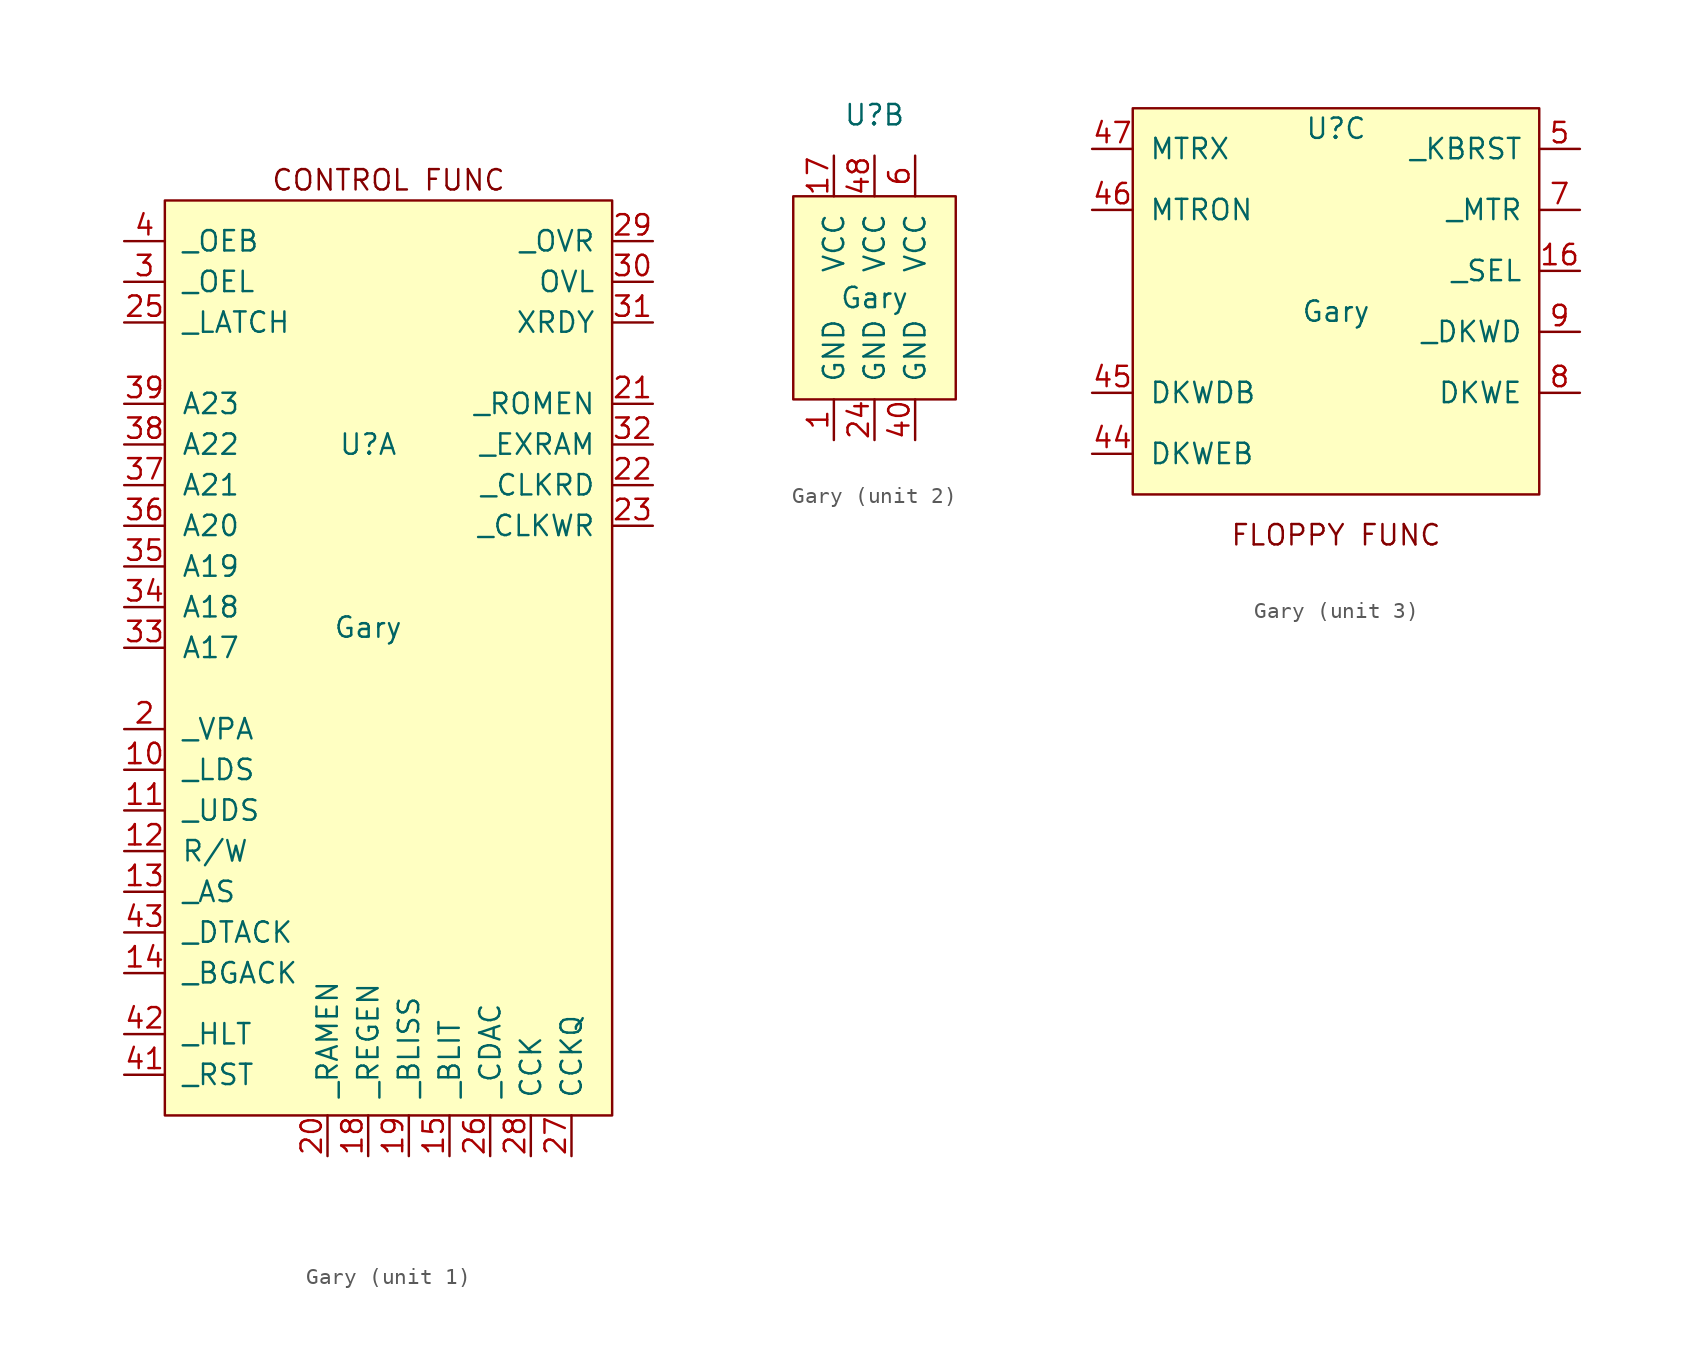
<source format=kicad_sym>
(kicad_symbol_lib
  (version 20220914)
  (generator kicad_symbol_editor)
  (symbol "Gary"
    (pin_names
      (offset 1.016))
    (property "Reference" "U"
      (at 0 11.43 0)
      (effects (font (size 1.27 1.27))))
    (property "Value" "Gary"
      (at 0 0 0)
      (effects (font (size 1.27 1.27))))
    (symbol "Gary_1_0"
      (text "CONTROL FUNC" (at 1.27 27.94 0) (effects (font (size 1.27 1.27)))))
    (symbol "Gary_1_1"
      (rectangle (start -12.7 26.67) (end 15.24 -30.48) (stroke (width 0) (type solid)) (fill (type background)))
      (pin input line (at -15.24 -8.89 0) (length 2.54) (name "_LDS" (effects (font (size 1.27 1.27)))) (number "10" (effects (font (size 1.27 1.27)))))
      (pin input line (at -15.24 -11.43 0) (length 2.54) (name "_UDS" (effects (font (size 1.27 1.27)))) (number "11" (effects (font (size 1.27 1.27)))))
      (pin input line (at -15.24 -13.97 0) (length 2.54) (name "R/W" (effects (font (size 1.27 1.27)))) (number "12" (effects (font (size 1.27 1.27)))))
      (pin input line (at -15.24 -16.51 0) (length 2.54) (name "_AS" (effects (font (size 1.27 1.27)))) (number "13" (effects (font (size 1.27 1.27)))))
      (pin input line (at -15.24 -21.59 0) (length 2.54) (name "_BGACK" (effects (font (size 1.27 1.27)))) (number "14" (effects (font (size 1.27 1.27)))))
      (pin input line (at 5.08 -33.02 90) (length 2.54) (name "_BLIT" (effects (font (size 1.27 1.27)))) (number "15" (effects (font (size 1.27 1.27)))))
      (pin input line (at 0 -33.02 90) (length 2.54) (name "_REGEN" (effects (font (size 1.27 1.27)))) (number "18" (effects (font (size 1.27 1.27)))))
      (pin input line (at 2.54 -33.02 90) (length 2.54) (name "_BLISS" (effects (font (size 1.27 1.27)))) (number "19" (effects (font (size 1.27 1.27)))))
      (pin output line (at -15.24 -6.35 0) (length 2.54) (name "_VPA" (effects (font (size 1.27 1.27)))) (number "2" (effects (font (size 1.27 1.27)))))
      (pin input line (at -2.54 -33.02 90) (length 2.54) (name "_RAMEN" (effects (font (size 1.27 1.27)))) (number "20" (effects (font (size 1.27 1.27)))))
      (pin output line (at 17.78 13.97 180) (length 2.54) (name "_ROMEN" (effects (font (size 1.27 1.27)))) (number "21" (effects (font (size 1.27 1.27)))))
      (pin output line (at 17.78 8.89 180) (length 2.54) (name "_CLKRD" (effects (font (size 1.27 1.27)))) (number "22" (effects (font (size 1.27 1.27)))))
      (pin output line (at 17.78 6.35 180) (length 2.54) (name "_CLKWR" (effects (font (size 1.27 1.27)))) (number "23" (effects (font (size 1.27 1.27)))))
      (pin output line (at -15.24 19.05 0) (length 2.54) (name "_LATCH" (effects (font (size 1.27 1.27)))) (number "25" (effects (font (size 1.27 1.27)))))
      (pin input line (at 7.62 -33.02 90) (length 2.54) (name "_CDAC" (effects (font (size 1.27 1.27)))) (number "26" (effects (font (size 1.27 1.27)))))
      (pin input line (at 12.7 -33.02 90) (length 2.54) (name "CCKQ" (effects (font (size 1.27 1.27)))) (number "27" (effects (font (size 1.27 1.27)))))
      (pin input line (at 10.16 -33.02 90) (length 2.54) (name "CCK" (effects (font (size 1.27 1.27)))) (number "28" (effects (font (size 1.27 1.27)))))
      (pin input line (at 17.78 24.13 180) (length 2.54) (name "_OVR" (effects (font (size 1.27 1.27)))) (number "29" (effects (font (size 1.27 1.27)))))
      (pin output line (at -15.24 21.59 0) (length 2.54) (name "_OEL" (effects (font (size 1.27 1.27)))) (number "3" (effects (font (size 1.27 1.27)))))
      (pin input line (at 17.78 21.59 180) (length 2.54) (name "OVL" (effects (font (size 1.27 1.27)))) (number "30" (effects (font (size 1.27 1.27)))))
      (pin input line (at 17.78 19.05 180) (length 2.54) (name "XRDY" (effects (font (size 1.27 1.27)))) (number "31" (effects (font (size 1.27 1.27)))))
      (pin input line (at 17.78 11.43 180) (length 2.54) (name "_EXRAM" (effects (font (size 1.27 1.27)))) (number "32" (effects (font (size 1.27 1.27)))))
      (pin output line (at -15.24 -1.27 0) (length 2.54) (name "A17" (effects (font (size 1.27 1.27)))) (number "33" (effects (font (size 1.27 1.27)))))
      (pin output line (at -15.24 1.27 0) (length 2.54) (name "A18" (effects (font (size 1.27 1.27)))) (number "34" (effects (font (size 1.27 1.27)))))
      (pin output line (at -15.24 3.81 0) (length 2.54) (name "A19" (effects (font (size 1.27 1.27)))) (number "35" (effects (font (size 1.27 1.27)))))
      (pin output line (at -15.24 6.35 0) (length 2.54) (name "A20" (effects (font (size 1.27 1.27)))) (number "36" (effects (font (size 1.27 1.27)))))
      (pin output line (at -15.24 8.89 0) (length 2.54) (name "A21" (effects (font (size 1.27 1.27)))) (number "37" (effects (font (size 1.27 1.27)))))
      (pin output line (at -15.24 11.43 0) (length 2.54) (name "A22" (effects (font (size 1.27 1.27)))) (number "38" (effects (font (size 1.27 1.27)))))
      (pin output line (at -15.24 13.97 0) (length 2.54) (name "A23" (effects (font (size 1.27 1.27)))) (number "39" (effects (font (size 1.27 1.27)))))
      (pin output line (at -15.24 24.13 0) (length 2.54) (name "_OEB" (effects (font (size 1.27 1.27)))) (number "4" (effects (font (size 1.27 1.27)))))
      (pin output line (at -15.24 -27.94 0) (length 2.54) (name "_RST" (effects (font (size 1.27 1.27)))) (number "41" (effects (font (size 1.27 1.27)))))
      (pin output line (at -15.24 -25.4 0) (length 2.54) (name "_HLT" (effects (font (size 1.27 1.27)))) (number "42" (effects (font (size 1.27 1.27)))))
      (pin input line (at -15.24 -19.05 0) (length 2.54) (name "_DTACK" (effects (font (size 1.27 1.27)))) (number "43" (effects (font (size 1.27 1.27))))))
    (symbol "Gary_2_1"
      (rectangle (start -5.08 6.35) (end 5.08 -6.35) (stroke (width 0) (type solid)) (fill (type background)))
      (pin input line (at -2.54 -8.89 90) (length 2.54) (name "GND" (effects (font (size 1.27 1.27)))) (number "1" (effects (font (size 1.27 1.27)))))
      (pin input line (at -2.54 8.89 270) (length 2.54) (name "VCC" (effects (font (size 1.27 1.27)))) (number "17" (effects (font (size 1.27 1.27)))))
      (pin input line (at 0 -8.89 90) (length 2.54) (name "GND" (effects (font (size 1.27 1.27)))) (number "24" (effects (font (size 1.27 1.27)))))
      (pin input line (at 2.54 -8.89 90) (length 2.54) (name "GND" (effects (font (size 1.27 1.27)))) (number "40" (effects (font (size 1.27 1.27)))))
      (pin input line (at 0 8.89 270) (length 2.54) (name "VCC" (effects (font (size 1.27 1.27)))) (number "48" (effects (font (size 1.27 1.27)))))
      (pin input line (at 2.54 8.89 270) (length 2.54) (name "VCC" (effects (font (size 1.27 1.27)))) (number "6" (effects (font (size 1.27 1.27))))))
    (symbol "Gary_3_0"
      (text "FLOPPY FUNC" (at 0 -13.97 0) (effects (font (size 1.27 1.27)))))
    (symbol "Gary_3_1"
      (rectangle (start -12.7 12.7) (end 12.7 -11.43) (stroke (width 0) (type solid)) (fill (type background)))
      (pin passive line (at 15.24 2.54 180) (length 2.54) (name "_SEL" (effects (font (size 1.27 1.27)))) (number "16" (effects (font (size 1.27 1.27)))))
      (pin passive line (at -15.24 -8.89 0) (length 2.54) (name "DKWEB" (effects (font (size 1.27 1.27)))) (number "44" (effects (font (size 1.27 1.27)))))
      (pin passive line (at -15.24 -5.08 0) (length 2.54) (name "DKWDB" (effects (font (size 1.27 1.27)))) (number "45" (effects (font (size 1.27 1.27)))))
      (pin passive line (at -15.24 6.35 0) (length 2.54) (name "MTRON" (effects (font (size 1.27 1.27)))) (number "46" (effects (font (size 1.27 1.27)))))
      (pin passive line (at -15.24 10.16 0) (length 2.54) (name "MTRX" (effects (font (size 1.27 1.27)))) (number "47" (effects (font (size 1.27 1.27)))))
      (pin passive line (at 15.24 10.16 180) (length 2.54) (name "_KBRST" (effects (font (size 1.27 1.27)))) (number "5" (effects (font (size 1.27 1.27)))))
      (pin passive line (at 15.24 6.35 180) (length 2.54) (name "_MTR" (effects (font (size 1.27 1.27)))) (number "7" (effects (font (size 1.27 1.27)))))
      (pin passive line (at 15.24 -5.08 180) (length 2.54) (name "DKWE" (effects (font (size 1.27 1.27)))) (number "8" (effects (font (size 1.27 1.27)))))
      (pin passive line (at 15.24 -1.27 180) (length 2.54) (name "_DKWD" (effects (font (size 1.27 1.27)))) (number "9" (effects (font (size 1.27 1.27))))))))
</source>
